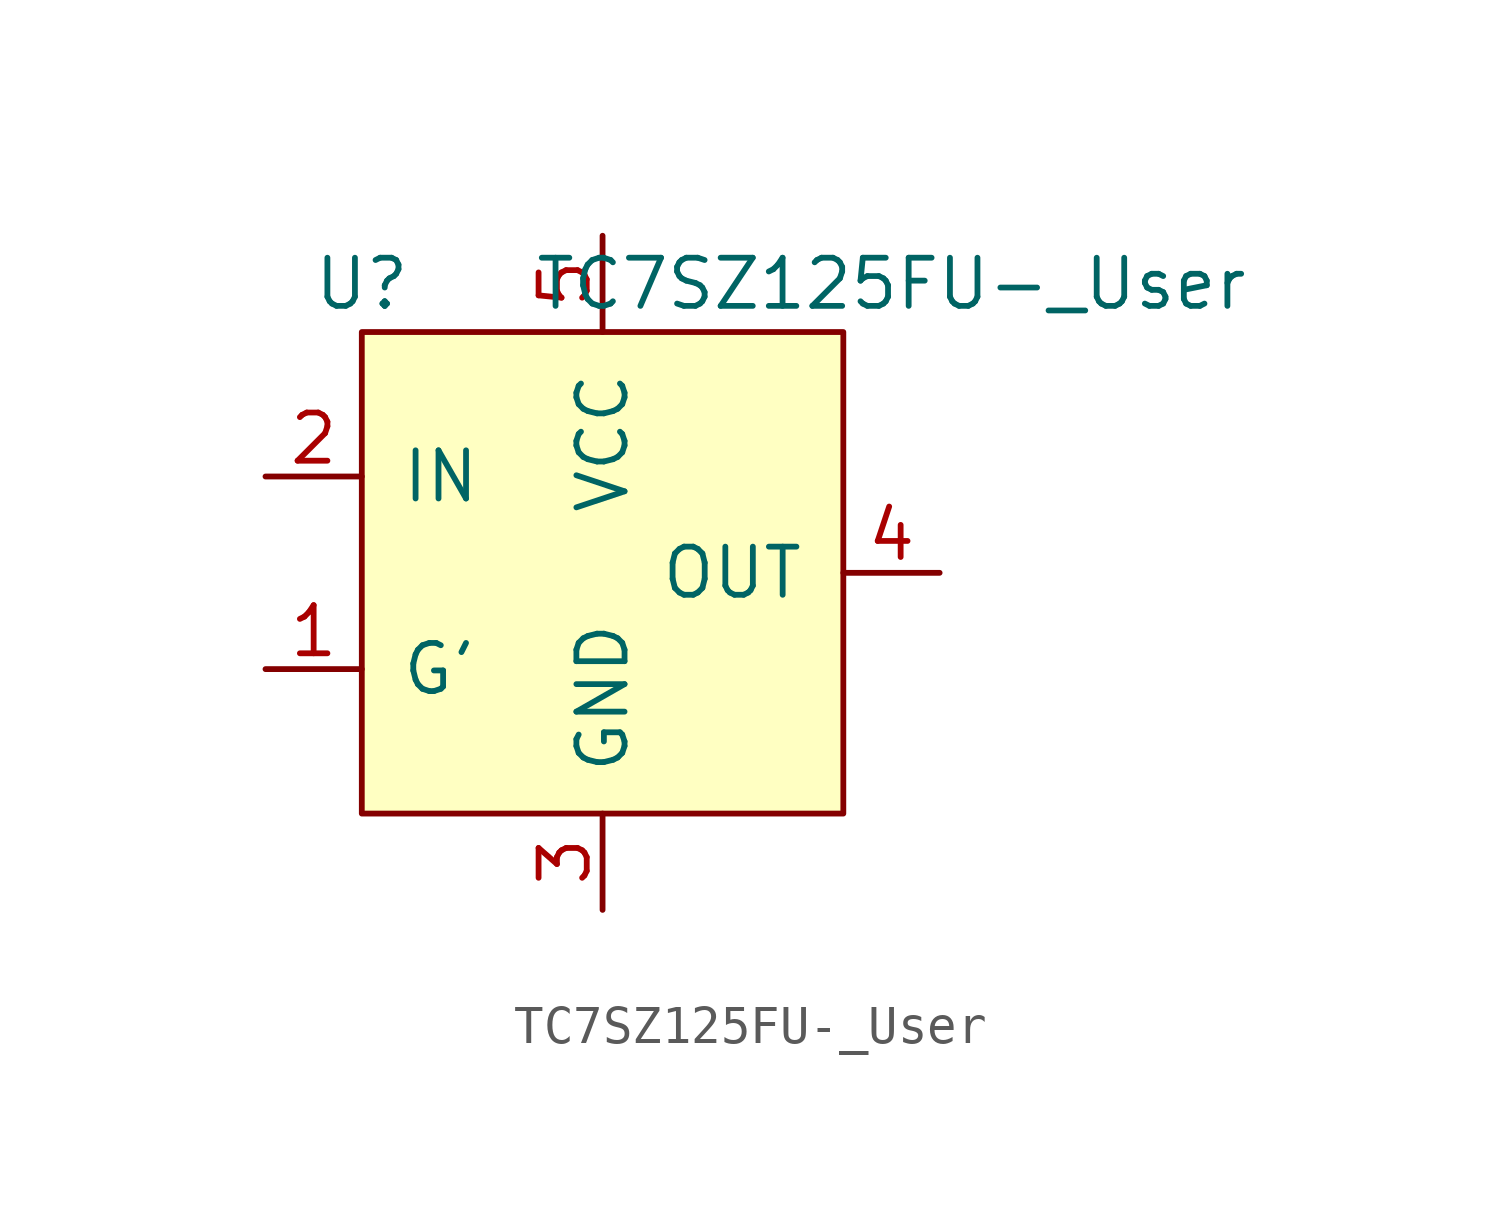
<source format=kicad_sym>
(kicad_symbol_lib
  (version 20211014)
  (generator kicad_symbol_editor)
  (symbol "TC7SZ125FU-_User"
    (pin_names
      (offset 1.016))
    (property "Reference" "U"
      (at -6.35 7.62 0)
      (effects (font (size 1.27 1.27))))
    (property "Value" "TC7SZ125FU-_User"
      (at 7.62 7.62 0)
      (effects (font (size 1.27 1.27))))
    (symbol "TC7SZ125FU-_User_0_1"
      (rectangle (start -6.35 -6.35) (end 6.35 6.35) (stroke (width 0) (type default) (color 0 0 0 0)) (fill (type background))))
    (symbol "TC7SZ125FU-_User_1_1"
      (pin input line (at -8.89 -2.54 0) (length 2.54) (name "G'" (effects (font (size 1.27 1.27)))) (number "1" (effects (font (size 1.27 1.27)))))
      (pin input line (at -8.89 2.54 0) (length 2.54) (name "IN" (effects (font (size 1.27 1.27)))) (number "2" (effects (font (size 1.27 1.27)))))
      (pin power_in line (at 0 -8.89 90) (length 2.54) (name "GND" (effects (font (size 1.27 1.27)))) (number "3" (effects (font (size 1.27 1.27)))))
      (pin output line (at 8.89 0 180) (length 2.54) (name "OUT" (effects (font (size 1.27 1.27)))) (number "4" (effects (font (size 1.27 1.27)))))
      (pin power_in line (at 0 8.89 270) (length 2.54) (name "VCC" (effects (font (size 1.27 1.27)))) (number "5" (effects (font (size 1.27 1.27))))))))
</source>
